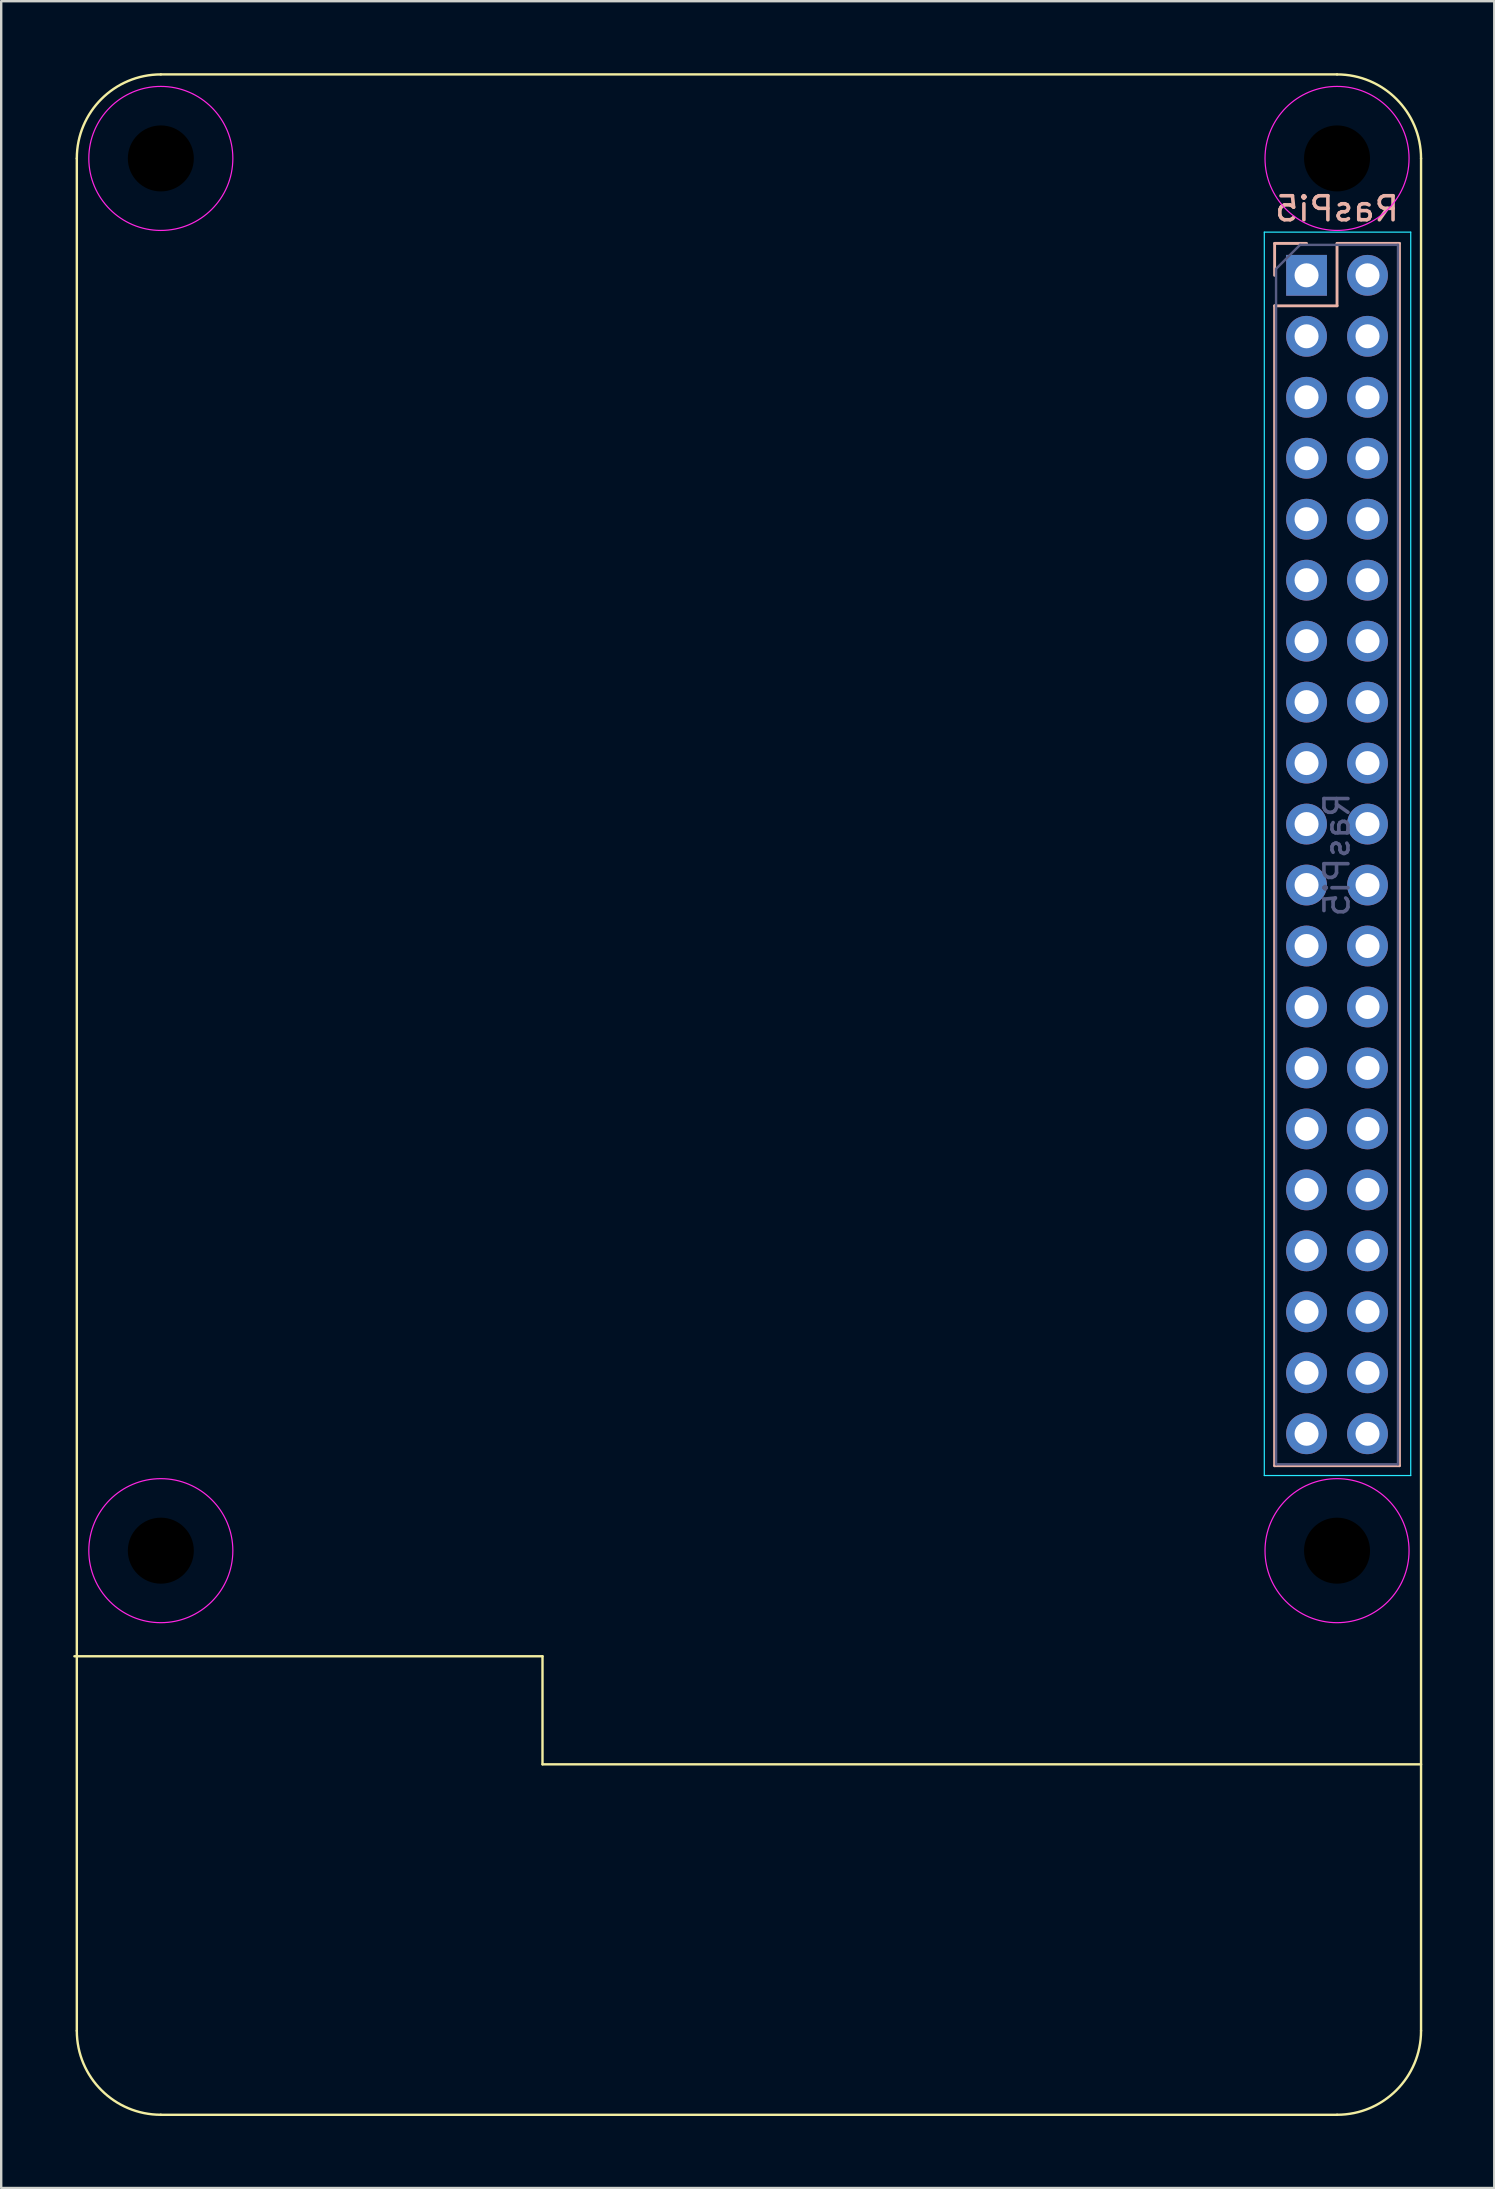
<source format=kicad_pcb>
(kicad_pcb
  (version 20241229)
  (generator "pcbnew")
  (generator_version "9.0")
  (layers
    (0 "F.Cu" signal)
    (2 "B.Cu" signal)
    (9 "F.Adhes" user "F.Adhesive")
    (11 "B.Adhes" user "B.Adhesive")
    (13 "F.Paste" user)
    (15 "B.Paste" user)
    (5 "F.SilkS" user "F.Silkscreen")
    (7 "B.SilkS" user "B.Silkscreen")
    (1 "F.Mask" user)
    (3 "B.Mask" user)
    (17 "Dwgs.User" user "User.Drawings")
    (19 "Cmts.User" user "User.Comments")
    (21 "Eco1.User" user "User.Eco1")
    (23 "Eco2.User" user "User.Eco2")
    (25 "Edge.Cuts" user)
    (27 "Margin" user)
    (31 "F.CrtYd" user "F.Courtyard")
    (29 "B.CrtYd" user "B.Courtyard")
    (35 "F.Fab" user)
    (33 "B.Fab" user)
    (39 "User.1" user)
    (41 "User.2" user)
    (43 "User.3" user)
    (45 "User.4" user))
  (footprint "RasPi5"
    (layer "F.Cu")
    (at 52.65 32.55)
    (property "Reference" "RasPi5" (at 0 -26.9 0) (layer "B.SilkS") (effects (font (size 1 1) (thickness 0.15)) (justify mirror)))
    (attr through_hole)
    (fp_line (start -52.6 33.4) (end -33.1 33.4) (stroke (width 0.1) (type default)) (layer "F.SilkS"))
    (fp_line (start -52.5 49) (end -52.5 -29) (stroke (width 0.1) (type default)) (layer "F.SilkS"))
    (fp_line (start -49 -32.5) (end 0 -32.5) (stroke (width 0.1) (type default)) (layer "F.SilkS"))
    (fp_line (start -49 52.5) (end 0 52.5) (stroke (width 0.1) (type default)) (layer "F.SilkS"))
    (fp_line (start -33.1 33.4) (end -33.1 37.9) (stroke (width 0.1) (type default)) (layer "F.SilkS"))
    (fp_line (start -33.1 37.9) (end 3.5 37.9) (stroke (width 0.1) (type default)) (layer "F.SilkS"))
    (fp_line (start 3.5 -29) (end 3.5 49) (stroke (width 0.1) (type default)) (layer "F.SilkS"))
    (fp_arc (start -52.5 -29) (mid -51.474874 -31.474874) (end -49 -32.5) (stroke (width 0.1) (type default)) (layer "F.SilkS"))
    (fp_arc (start -49 52.5) (mid -51.474874 51.474874) (end -52.5 49) (stroke (width 0.1) (type default)) (layer "F.SilkS"))
    (fp_arc (start 0 -32.5) (mid 2.474874 -31.474874) (end 3.5 -29) (stroke (width 0.1) (type default)) (layer "F.SilkS"))
    (fp_arc (start 3.5 49) (mid 2.474874 51.474874) (end 0 52.5) (stroke (width 0.1) (type default)) (layer "F.SilkS"))
    (fp_line (start -2.6 -25.46) (end -2.6 -24.13) (stroke (width 0.12) (type solid)) (layer "B.SilkS"))
    (fp_line (start -2.6 -22.86) (end -2.6 25.46) (stroke (width 0.12) (type solid)) (layer "B.SilkS"))
    (fp_line (start -1.27 -25.46) (end -2.6 -25.46) (stroke (width 0.12) (type solid)) (layer "B.SilkS"))
    (fp_line (start 0 -25.46) (end 0 -22.86) (stroke (width 0.12) (type solid)) (layer "B.SilkS"))
    (fp_line (start 0 -22.86) (end -2.6 -22.86) (stroke (width 0.12) (type solid)) (layer "B.SilkS"))
    (fp_line (start 2.6 -25.46) (end 0 -25.46) (stroke (width 0.12) (type solid)) (layer "B.SilkS"))
    (fp_line (start 2.6 -25.46) (end 2.6 25.46) (stroke (width 0.12) (type solid)) (layer "B.SilkS"))
    (fp_line (start 2.6 25.46) (end -2.6 25.46) (stroke (width 0.12) (type solid)) (layer "B.SilkS"))
    (fp_line (start -3.03 -25.93) (end -3.03 25.87) (stroke (width 0.05) (type solid)) (layer "B.CrtYd"))
    (fp_line (start -3.03 25.87) (end 3.07 25.87) (stroke (width 0.05) (type solid)) (layer "B.CrtYd"))
    (fp_line (start 3.07 -25.93) (end -3.03 -25.93) (stroke (width 0.05) (type solid)) (layer "B.CrtYd"))
    (fp_line (start 3.07 25.87) (end 3.07 -25.93) (stroke (width 0.05) (type solid)) (layer "B.CrtYd"))
    (fp_circle (center -49 -29) (end -49 -32) (stroke (width 0.05) (type default)) (fill no) (layer "F.CrtYd"))
    (fp_circle (center -49 29) (end -49 26) (stroke (width 0.05) (type default)) (fill no) (layer "F.CrtYd"))
    (fp_circle (center 0 -29) (end 0 -32) (stroke (width 0.05) (type default)) (fill no) (layer "F.CrtYd"))
    (fp_circle (center 0 29) (end 0 26) (stroke (width 0.05) (type default)) (fill no) (layer "F.CrtYd"))
    (fp_line (start -2.54 -24.4) (end -2.54 25.4) (stroke (width 0.1) (type solid)) (layer "B.Fab"))
    (fp_line (start -2.54 25.4) (end 2.54 25.4) (stroke (width 0.1) (type solid)) (layer "B.Fab"))
    (fp_line (start -1.54 -25.4) (end -2.54 -24.4) (stroke (width 0.1) (type solid)) (layer "B.Fab"))
    (fp_line (start 2.54 -25.4) (end -1.54 -25.4) (stroke (width 0.1) (type solid)) (layer "B.Fab"))
    (fp_line (start 2.54 25.4) (end 2.54 -25.4) (stroke (width 0.1) (type solid)) (layer "B.Fab"))
    (fp_text user "${REFERENCE}" (at 0 0 270) (layer "B.Fab") (effects (font (size 1 1) (thickness 0.15)) (justify mirror)))
    (pad "" np_thru_hole circle (at -49 -29) (size 2.75 2.75) (drill 2.75) (layers "*.Mask"))
    (pad "" np_thru_hole circle (at -49 29) (size 2.75 2.75) (drill 2.75) (layers "*.Mask"))
    (pad "" np_thru_hole circle (at 0 -29) (size 2.75 2.75) (drill 2.75) (layers "*.Mask"))
    (pad "" np_thru_hole circle (at 0 29) (size 2.75 2.75) (drill 2.75) (layers "*.Mask"))
    (pad "1" thru_hole rect (at -1.27 -24.13 180) (size 1.7 1.7) (drill 1) (layers "*.Cu" "*.Mask"))
    (pad "2" thru_hole circle (at 1.27 -24.13 180) (size 1.7 1.7) (drill 1) (layers "*.Cu" "*.Mask"))
    (pad "3" thru_hole circle (at -1.27 -21.59 180) (size 1.7 1.7) (drill 1) (layers "*.Cu" "*.Mask"))
    (pad "4" thru_hole circle (at 1.27 -21.59 180) (size 1.7 1.7) (drill 1) (layers "*.Cu" "*.Mask"))
    (pad "5" thru_hole circle (at -1.27 -19.05 180) (size 1.7 1.7) (drill 1) (layers "*.Cu" "*.Mask"))
    (pad "6" thru_hole circle (at 1.27 -19.05 180) (size 1.7 1.7) (drill 1) (layers "*.Cu" "*.Mask"))
    (pad "7" thru_hole circle (at -1.27 -16.51 180) (size 1.7 1.7) (drill 1) (layers "*.Cu" "*.Mask"))
    (pad "8" thru_hole circle (at 1.27 -16.51 180) (size 1.7 1.7) (drill 1) (layers "*.Cu" "*.Mask"))
    (pad "9" thru_hole circle (at -1.27 -13.97 180) (size 1.7 1.7) (drill 1) (layers "*.Cu" "*.Mask"))
    (pad "10" thru_hole circle (at 1.27 -13.97 180) (size 1.7 1.7) (drill 1) (layers "*.Cu" "*.Mask"))
    (pad "11" thru_hole circle (at -1.27 -11.43 180) (size 1.7 1.7) (drill 1) (layers "*.Cu" "*.Mask"))
    (pad "12" thru_hole circle (at 1.27 -11.43 180) (size 1.7 1.7) (drill 1) (layers "*.Cu" "*.Mask"))
    (pad "13" thru_hole circle (at -1.27 -8.89 180) (size 1.7 1.7) (drill 1) (layers "*.Cu" "*.Mask"))
    (pad "14" thru_hole circle (at 1.27 -8.89 180) (size 1.7 1.7) (drill 1) (layers "*.Cu" "*.Mask"))
    (pad "15" thru_hole circle (at -1.27 -6.35 180) (size 1.7 1.7) (drill 1) (layers "*.Cu" "*.Mask"))
    (pad "16" thru_hole circle (at 1.27 -6.35 180) (size 1.7 1.7) (drill 1) (layers "*.Cu" "*.Mask"))
    (pad "17" thru_hole circle (at -1.27 -3.81 180) (size 1.7 1.7) (drill 1) (layers "*.Cu" "*.Mask"))
    (pad "18" thru_hole circle (at 1.27 -3.81 180) (size 1.7 1.7) (drill 1) (layers "*.Cu" "*.Mask"))
    (pad "19" thru_hole circle (at -1.27 -1.27 180) (size 1.7 1.7) (drill 1) (layers "*.Cu" "*.Mask"))
    (pad "20" thru_hole circle (at 1.27 -1.27 180) (size 1.7 1.7) (drill 1) (layers "*.Cu" "*.Mask"))
    (pad "21" thru_hole circle (at -1.27 1.27 180) (size 1.7 1.7) (drill 1) (layers "*.Cu" "*.Mask"))
    (pad "22" thru_hole circle (at 1.27 1.27 180) (size 1.7 1.7) (drill 1) (layers "*.Cu" "*.Mask"))
    (pad "23" thru_hole circle (at -1.27 3.81 180) (size 1.7 1.7) (drill 1) (layers "*.Cu" "*.Mask"))
    (pad "24" thru_hole circle (at 1.27 3.81 180) (size 1.7 1.7) (drill 1) (layers "*.Cu" "*.Mask"))
    (pad "25" thru_hole circle (at -1.27 6.35 180) (size 1.7 1.7) (drill 1) (layers "*.Cu" "*.Mask"))
    (pad "26" thru_hole circle (at 1.27 6.35 180) (size 1.7 1.7) (drill 1) (layers "*.Cu" "*.Mask"))
    (pad "27" thru_hole circle (at -1.27 8.89 180) (size 1.7 1.7) (drill 1) (layers "*.Cu" "*.Mask"))
    (pad "28" thru_hole circle (at 1.27 8.89 180) (size 1.7 1.7) (drill 1) (layers "*.Cu" "*.Mask"))
    (pad "29" thru_hole circle (at -1.27 11.43 180) (size 1.7 1.7) (drill 1) (layers "*.Cu" "*.Mask"))
    (pad "30" thru_hole circle (at 1.27 11.43 180) (size 1.7 1.7) (drill 1) (layers "*.Cu" "*.Mask"))
    (pad "31" thru_hole circle (at -1.27 13.97 180) (size 1.7 1.7) (drill 1) (layers "*.Cu" "*.Mask"))
    (pad "32" thru_hole circle (at 1.27 13.97 180) (size 1.7 1.7) (drill 1) (layers "*.Cu" "*.Mask"))
    (pad "33" thru_hole circle (at -1.27 16.51 180) (size 1.7 1.7) (drill 1) (layers "*.Cu" "*.Mask"))
    (pad "34" thru_hole circle (at 1.27 16.51 180) (size 1.7 1.7) (drill 1) (layers "*.Cu" "*.Mask"))
    (pad "35" thru_hole circle (at -1.27 19.05 180) (size 1.7 1.7) (drill 1) (layers "*.Cu" "*.Mask"))
    (pad "36" thru_hole circle (at 1.27 19.05 180) (size 1.7 1.7) (drill 1) (layers "*.Cu" "*.Mask"))
    (pad "37" thru_hole circle (at -1.27 21.59 180) (size 1.7 1.7) (drill 1) (layers "*.Cu" "*.Mask"))
    (pad "38" thru_hole circle (at 1.27 21.59 180) (size 1.7 1.7) (drill 1) (layers "*.Cu" "*.Mask"))
    (pad "39" thru_hole circle (at -1.27 24.13 180) (size 1.7 1.7) (drill 1) (layers "*.Cu" "*.Mask"))
    (pad "40" thru_hole circle (at 1.27 24.13 180) (size 1.7 1.7) (drill 1) (layers "*.Cu" "*.Mask")))
  (gr_rect
    (start -3 -3)
    (end 59.2 88.1)
    (stroke (width 0.1) (type default))
    (fill no)
    (layer "Edge.Cuts")))
</source>
